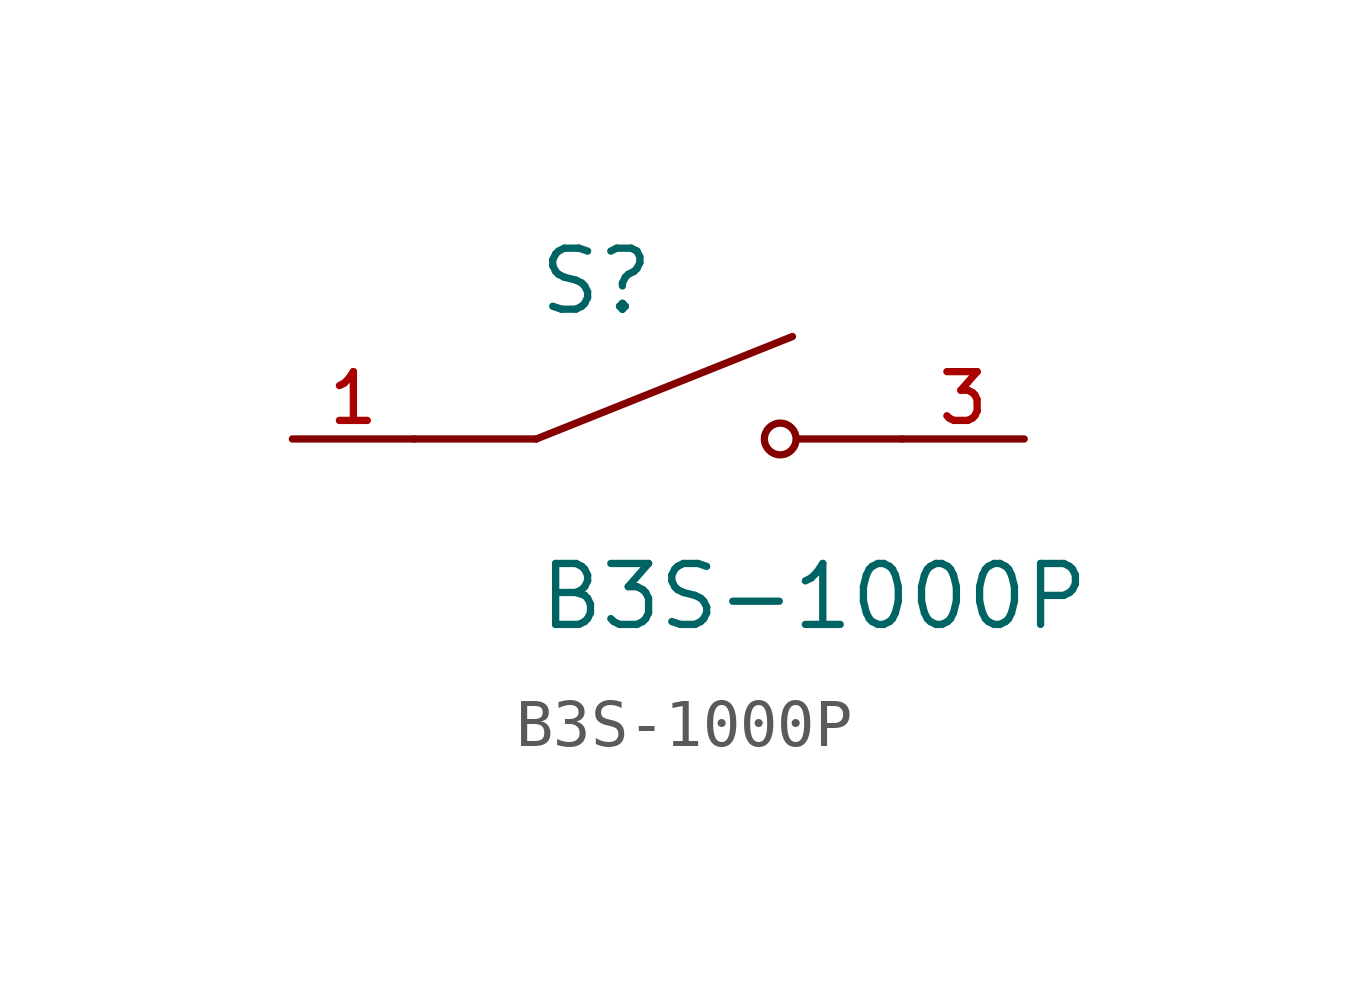
<source format=kicad_sym>
(kicad_symbol_lib
  (version 20211014)
  (generator kicad_symbol_editor)
  (symbol "B3S-1000P"
    (pin_names
      (offset 1.016))
    (property "Reference" "S"
      (at -2.54 2.54 0)
      (effects (font (size 1.27 1.27)) (justify bottom left)))
    (property "Value" "B3S-1000P"
      (at -2.54 -2.54 0)
      (effects (font (size 1.27 1.27)) (justify top left)))
    (symbol "B3S-1000P_0_0"
      (polyline (pts (xy -2.54 0.0) (xy 2.794 2.134)) (stroke (width 0.152)))
      (circle (center 2.54 0.0) (radius 0.33) (stroke (width 0.152)) (fill (type none)))
      (polyline (pts (xy 5.08 0.0) (xy 2.921 0.0)) (stroke (width 0.152)))
      (polyline (pts (xy -2.54 0.0) (xy -5.08 0.0)) (stroke (width 0.152)))
      (pin passive line (at -7.62 0.0 0) (length 2.54) (name "~" (effects (font (size 1.016 1.016)))) (number "1" (effects (font (size 1.016 1.016)))))
      (pin passive line (at 7.62 0.0 180.0) (length 2.54) (name "~" (effects (font (size 1.016 1.016)))) (number "3" (effects (font (size 1.016 1.016))))))))
</source>
